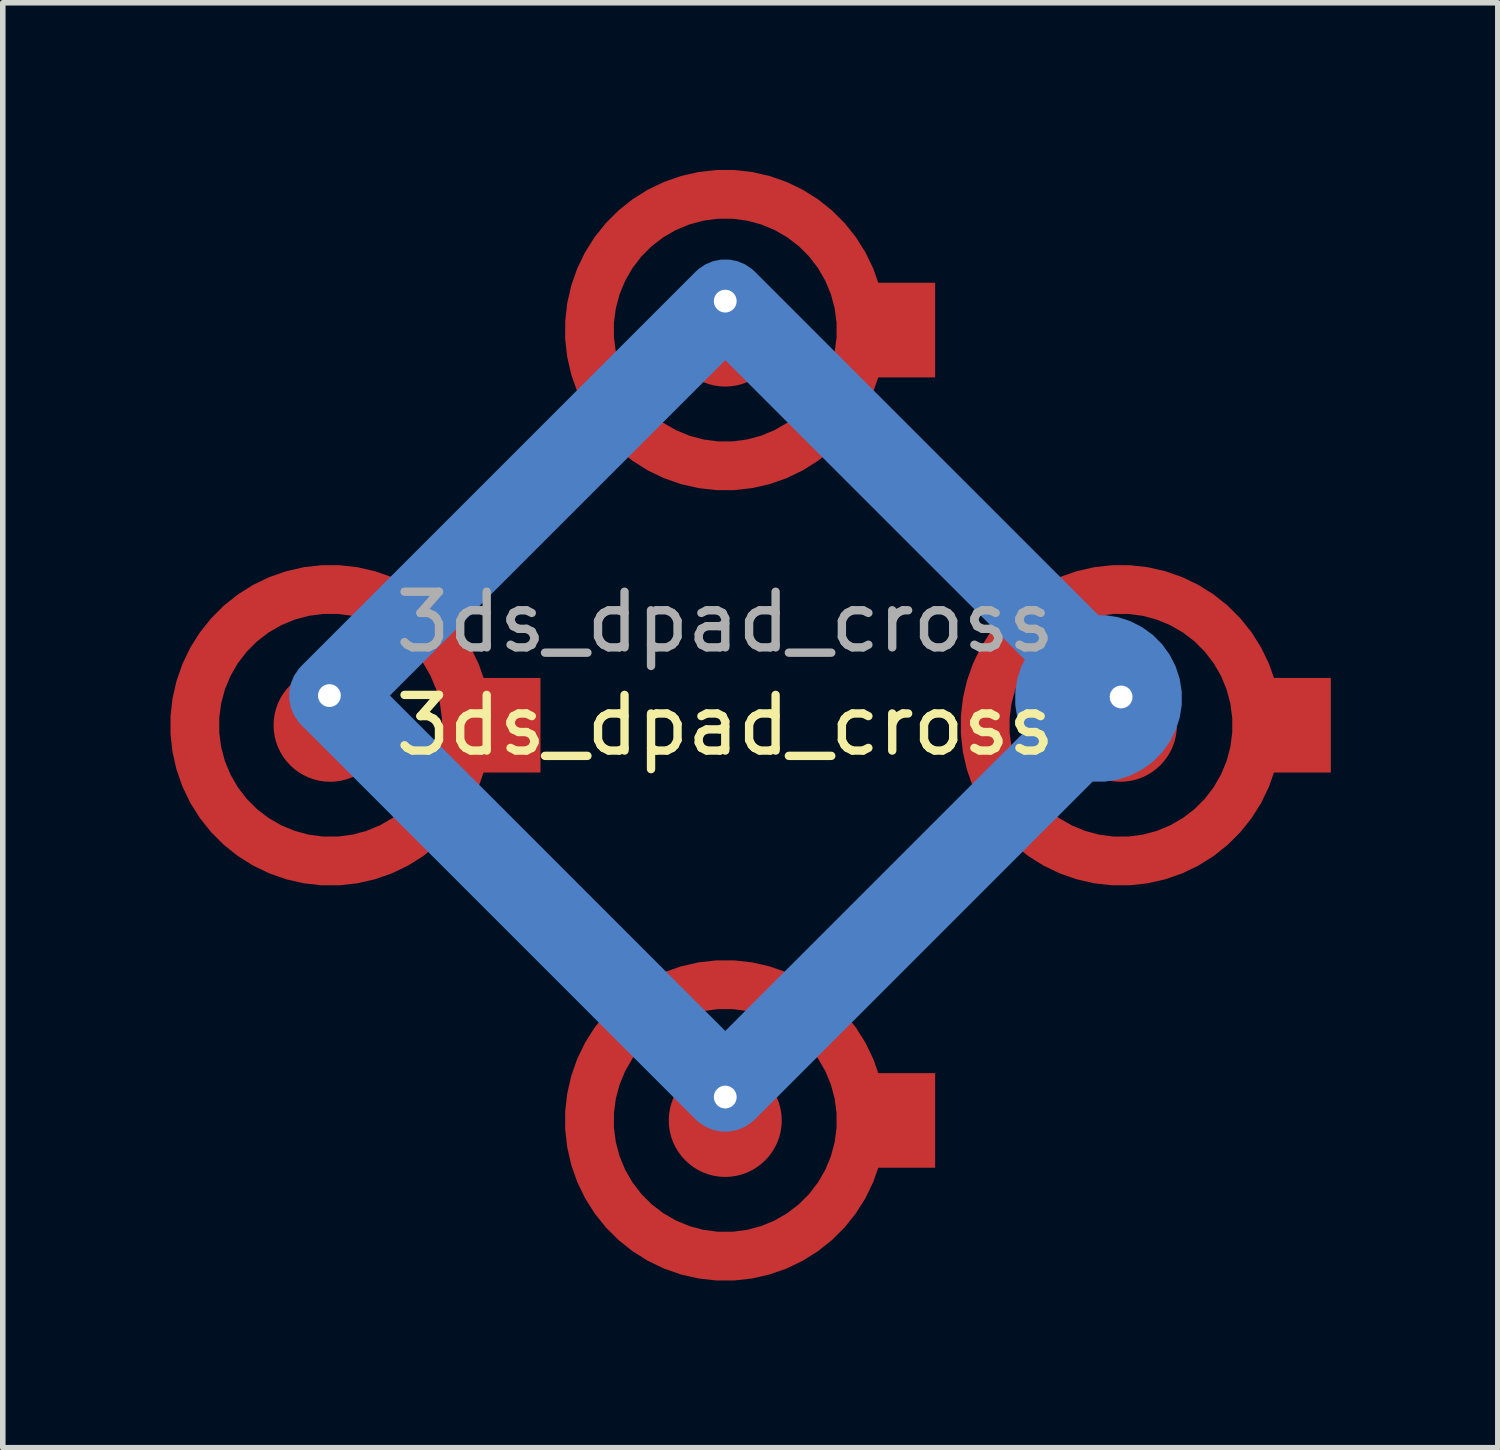
<source format=kicad_pcb>
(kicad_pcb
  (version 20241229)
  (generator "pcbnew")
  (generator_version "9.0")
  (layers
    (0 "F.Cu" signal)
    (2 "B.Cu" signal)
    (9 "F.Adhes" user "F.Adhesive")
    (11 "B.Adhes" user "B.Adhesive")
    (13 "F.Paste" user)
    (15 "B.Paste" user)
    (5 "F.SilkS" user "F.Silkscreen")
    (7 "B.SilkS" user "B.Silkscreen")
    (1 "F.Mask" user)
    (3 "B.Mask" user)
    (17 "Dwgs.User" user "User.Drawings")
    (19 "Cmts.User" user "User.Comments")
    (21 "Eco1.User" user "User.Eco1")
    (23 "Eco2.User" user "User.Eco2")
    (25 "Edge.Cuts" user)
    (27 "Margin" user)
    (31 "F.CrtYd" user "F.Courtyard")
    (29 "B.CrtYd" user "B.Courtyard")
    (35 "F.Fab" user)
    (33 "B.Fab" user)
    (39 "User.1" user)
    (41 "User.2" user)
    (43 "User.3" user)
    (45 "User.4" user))
  (footprint "3ds_dpad_cross"
    (layer "F.Cu")
    (at 9.98 9.98)
    (property "Reference" "3ds_dpad_cross" (at 0 0 0) (layer "F.SilkS") (effects (font (size 1 1) (thickness 0.15))))
    (attr through_hole)
    (fp_text user "${REFERENCE}" (at 0 -1.854 0) (layer "F.Fab") (effects (font (size 1 1) (thickness 0.15))))
    (pad "" thru_hole circle (at -7.112 -0.533) (size 0.41 0.41) (drill 0.41) (layers "*.Cu"))
    (pad "" smd circle (at -7.112 -0.533) (size 0.46 0.46) (layers "B.Mask"))
    (pad "" smd circle (at -7.1 0) (size 5.76 5.76) (layers "F.Mask"))
    (pad "" thru_hole circle (at 0 -7.62) (size 0.41 0.41) (drill 0.41) (layers "*.Cu"))
    (pad "" smd circle (at 0 -7.62) (size 0.46 0.46) (layers "B.Mask"))
    (pad "" smd circle (at 0 -7.1) (size 5.76 5.76) (layers "F.Mask"))
    (pad "" thru_hole circle (at 0 6.68) (size 0.41 0.41) (drill 0.41) (layers "*.Cu"))
    (pad "" smd circle (at 0 6.68) (size 0.46 0.46) (layers "B.Mask"))
    (pad "" smd circle (at 0 7.1) (size 5.76 5.76) (layers "F.Mask"))
    (pad "" smd custom (at 6.706 -0.483) (size 3 3) (layers "B.Cu") (options (anchor circle)) (primitives (gr_line (start -6.706 7.036) (end 0.076 0.254) (width 1.5)) (gr_line (start -6.706 -7.137) (end -13.792 -0.051) (width 1.5)) (gr_line (start -6.706 -7.137) (end 0.076 -0.356) (width 1.5)) (gr_line (start -13.792 -0.051) (end -6.706 7.036) (width 1.5))))
    (pad "" smd circle (at 7.1 0) (size 5.76 5.76) (layers "F.Mask"))
    (pad "" smd circle (at 7.112 -0.533) (size 0.46 0.46) (layers "B.Mask"))
    (pad "" thru_hole circle (at 7.112 -0.508) (size 0.41 0.41) (drill 0.41) (layers "*.Cu"))
    (pad "1" smd custom (at 2.921 -7.1) (size 1.7 1.7) (layers "F.Cu") (options (anchor rect)) (primitives (gr_circle (center -2.921 0) (end -0.481 0) (width 0.88) (fill no))))
    (pad "2" smd custom (at 10.03 0) (size 1.7 1.7) (layers "F.Cu") (options (anchor rect)) (primitives (gr_circle (center -2.921 0) (end -0.481 0) (width 0.88) (fill no))))
    (pad "3" smd custom (at -4.17 0) (size 1.7 1.7) (layers "F.Cu") (options (anchor rect)) (primitives (gr_circle (center -2.921 0) (end -0.481 0) (width 0.88) (fill no))))
    (pad "4" smd custom (at 2.921 7.1) (size 1.7 1.7) (layers "F.Cu") (options (anchor rect)) (primitives (gr_circle (center -2.921 0) (end -0.481 0) (width 0.88) (fill no))))
    (pad "5" smd circle (at -7.1 0) (size 2.03 2.03) (layers "F.Cu"))
    (pad "5" smd circle (at 0 -7.1) (size 2.03 2.03) (layers "F.Cu"))
    (pad "5" smd circle (at 0 7.1) (size 2.03 2.03) (layers "F.Cu"))
    (pad "5" smd circle (at 7.1 0) (size 2.03 2.03) (layers "F.Cu")))
  (gr_rect
    (start -3 -3)
    (end 23.86 22.96)
    (stroke (width 0.1) (type default))
    (fill no)
    (layer "Edge.Cuts")))
</source>
